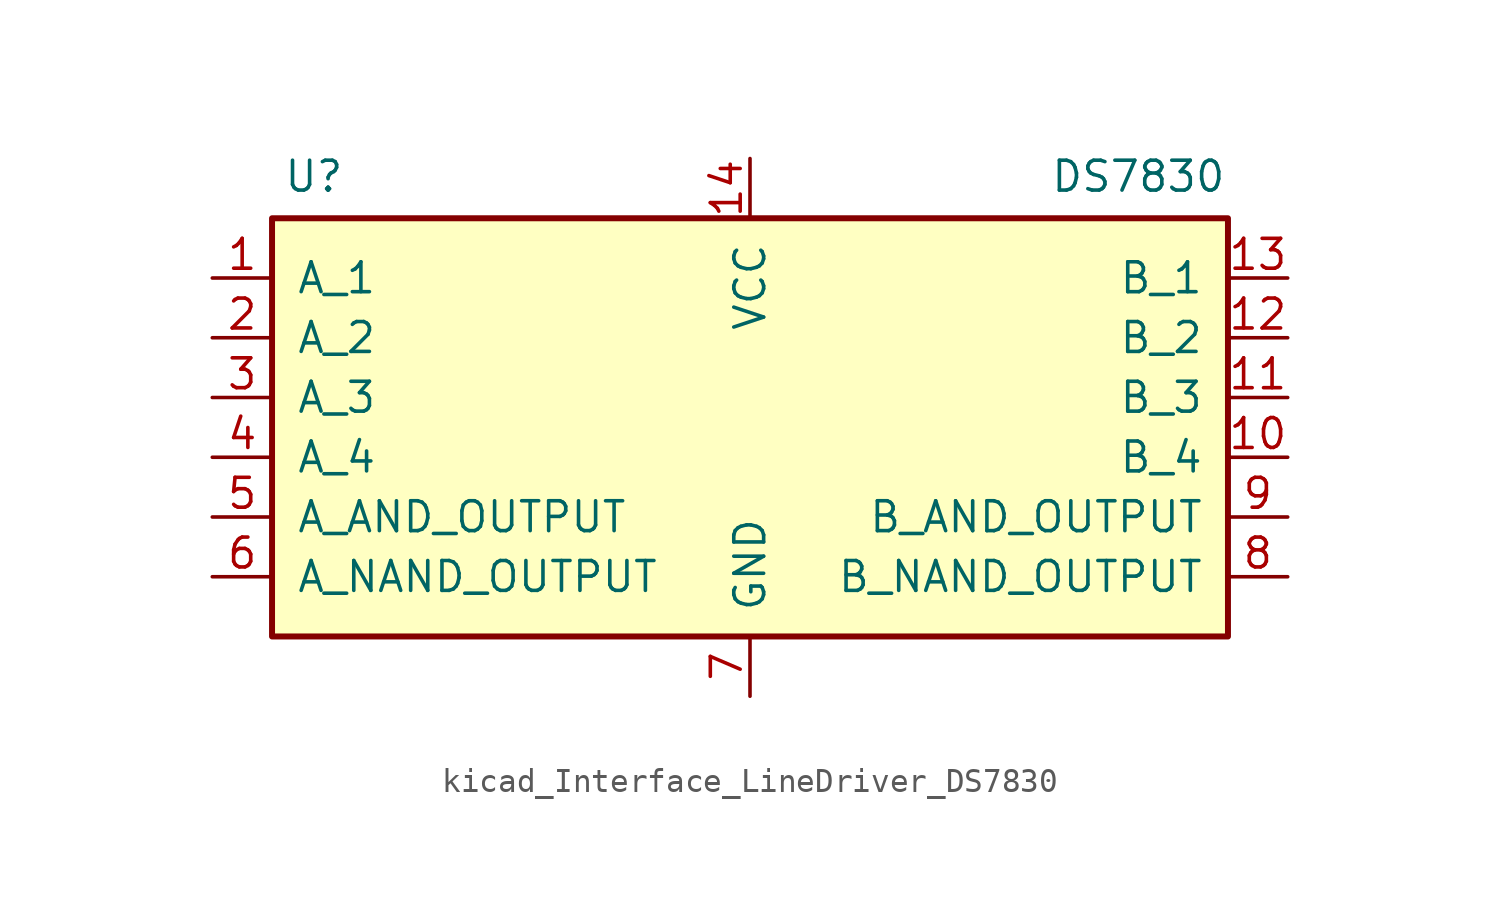
<source format=kicad_sym>
(kicad_symbol_lib
  (version 20220914)
  (generator kicad_symbol_editor)
  (symbol "kicad_Interface_LineDriver_DS7830"
    (pin_names
      (offset 1.016))
    (property "Reference" "U"
      (at -18.542 9.398 0)
      (effects (font (size 1.27 1.27))))
    (property "Value" "DS7830"
      (at 16.51 9.398 0)
      (effects (font (size 1.27 1.27))))
    (symbol "kicad_Interface_LineDriver_DS7830_0_1"
      (rectangle (start -20.32 7.62) (end 20.32 -10.16) (stroke (width 0.254) (type default)) (fill (type background))))
    (symbol "kicad_Interface_LineDriver_DS7830_1_1"
      (pin input line (at -22.86 5.08 0) (length 2.54) (name "A_1" (effects (font (size 1.27 1.27)))) (number "1" (effects (font (size 1.27 1.27)))))
      (pin input line (at 22.86 -2.54 180) (length 2.54) (name "B_4" (effects (font (size 1.27 1.27)))) (number "10" (effects (font (size 1.27 1.27)))))
      (pin input line (at 22.86 0 180) (length 2.54) (name "B_3" (effects (font (size 1.27 1.27)))) (number "11" (effects (font (size 1.27 1.27)))))
      (pin input line (at 22.86 2.54 180) (length 2.54) (name "B_2" (effects (font (size 1.27 1.27)))) (number "12" (effects (font (size 1.27 1.27)))))
      (pin input line (at 22.86 5.08 180) (length 2.54) (name "B_1" (effects (font (size 1.27 1.27)))) (number "13" (effects (font (size 1.27 1.27)))))
      (pin power_in line (at 0 10.16 270) (length 2.54) (name "VCC" (effects (font (size 1.27 1.27)))) (number "14" (effects (font (size 1.27 1.27)))))
      (pin input line (at -22.86 2.54 0) (length 2.54) (name "A_2" (effects (font (size 1.27 1.27)))) (number "2" (effects (font (size 1.27 1.27)))))
      (pin input line (at -22.86 0 0) (length 2.54) (name "A_3" (effects (font (size 1.27 1.27)))) (number "3" (effects (font (size 1.27 1.27)))))
      (pin input line (at -22.86 -2.54 0) (length 2.54) (name "A_4" (effects (font (size 1.27 1.27)))) (number "4" (effects (font (size 1.27 1.27)))))
      (pin input line (at -22.86 -5.08 0) (length 2.54) (name "A_AND_OUTPUT" (effects (font (size 1.27 1.27)))) (number "5" (effects (font (size 1.27 1.27)))))
      (pin input line (at -22.86 -7.62 0) (length 2.54) (name "A_NAND_OUTPUT" (effects (font (size 1.27 1.27)))) (number "6" (effects (font (size 1.27 1.27)))))
      (pin power_in line (at 0 -12.7 90) (length 2.54) (name "GND" (effects (font (size 1.27 1.27)))) (number "7" (effects (font (size 1.27 1.27)))))
      (pin input line (at 22.86 -7.62 180) (length 2.54) (name "B_NAND_OUTPUT" (effects (font (size 1.27 1.27)))) (number "8" (effects (font (size 1.27 1.27)))))
      (pin input line (at 22.86 -5.08 180) (length 2.54) (name "B_AND_OUTPUT" (effects (font (size 1.27 1.27)))) (number "9" (effects (font (size 1.27 1.27))))))))
</source>
